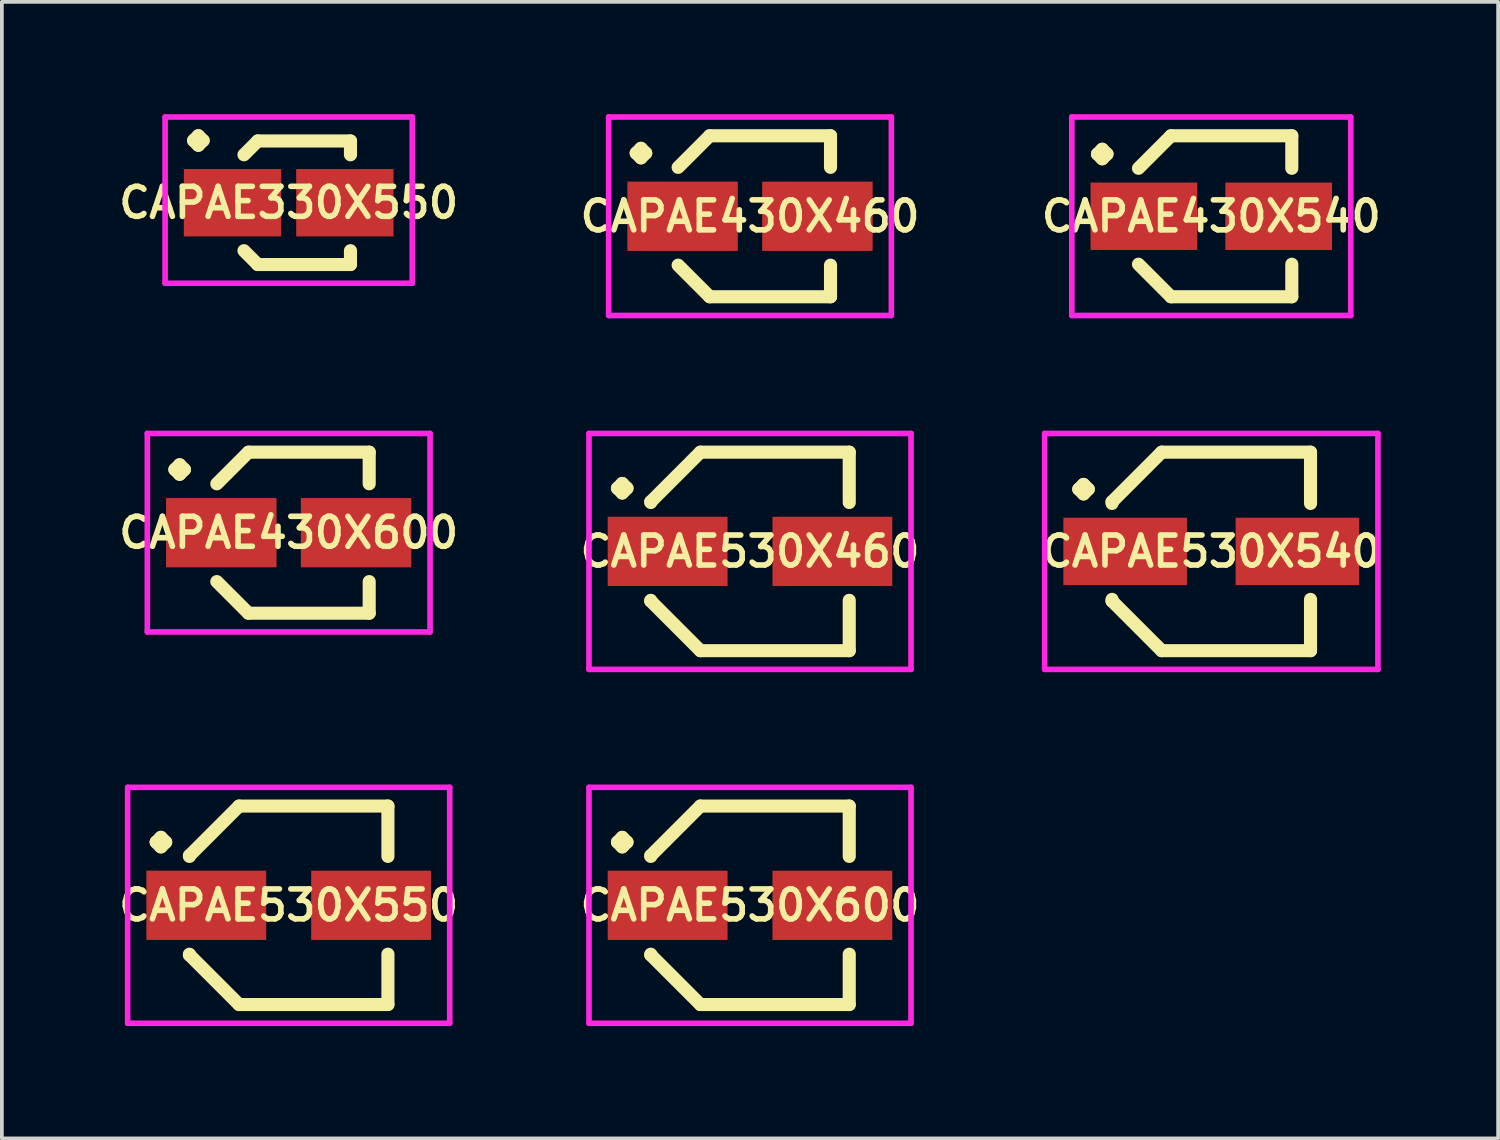
<source format=kicad_pcb>
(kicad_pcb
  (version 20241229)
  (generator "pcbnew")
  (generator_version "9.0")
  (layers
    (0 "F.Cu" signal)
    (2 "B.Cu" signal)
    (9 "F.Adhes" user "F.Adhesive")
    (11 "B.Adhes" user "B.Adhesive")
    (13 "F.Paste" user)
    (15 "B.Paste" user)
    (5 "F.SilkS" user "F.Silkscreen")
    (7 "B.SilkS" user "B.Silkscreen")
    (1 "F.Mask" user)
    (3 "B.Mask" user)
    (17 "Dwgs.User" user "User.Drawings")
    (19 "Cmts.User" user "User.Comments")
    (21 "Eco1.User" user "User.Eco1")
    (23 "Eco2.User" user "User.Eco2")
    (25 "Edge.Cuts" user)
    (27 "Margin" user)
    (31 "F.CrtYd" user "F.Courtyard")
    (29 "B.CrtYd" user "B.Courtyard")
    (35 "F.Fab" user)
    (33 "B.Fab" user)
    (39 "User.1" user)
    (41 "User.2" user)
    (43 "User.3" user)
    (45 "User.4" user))
  (footprint "CAPAE430X540"
    (layer "F.Cu")
    (at 29.296 2.725)
    (property "Reference" "CAPAE430X540" (at 0 0 0) (layer "F.SilkS") (effects (font (size 0.8 0.8) (thickness 0.15))))
    (attr smd)
    (fp_line (start -3.039 -1.662) (end -2.912 -1.789) (stroke (width 0.35) (type solid)) (layer "F.SilkS"))
    (fp_line (start -2.912 -1.789) (end -2.785 -1.662) (stroke (width 0.35) (type solid)) (layer "F.SilkS"))
    (fp_line (start -2.912 -1.535) (end -3.039 -1.662) (stroke (width 0.35) (type solid)) (layer "F.SilkS"))
    (fp_line (start -2.785 -1.662) (end -2.912 -1.535) (stroke (width 0.35) (type solid)) (layer "F.SilkS"))
    (fp_line (start -1.075 -2.15) (end -1.944 -1.281) (stroke (width 0.35) (type solid)) (layer "F.SilkS"))
    (fp_line (start -1.075 2.15) (end -1.944 1.281) (stroke (width 0.35) (type solid)) (layer "F.SilkS"))
    (fp_line (start 2.15 -2.15) (end -1.075 -2.15) (stroke (width 0.35) (type solid)) (layer "F.SilkS"))
    (fp_line (start 2.15 -1.281) (end 2.15 -2.15) (stroke (width 0.35) (type solid)) (layer "F.SilkS"))
    (fp_line (start 2.15 1.281) (end 2.15 2.15) (stroke (width 0.35) (type solid)) (layer "F.SilkS"))
    (fp_line (start 2.15 2.15) (end -1.075 2.15) (stroke (width 0.35) (type solid)) (layer "F.SilkS"))
    (fp_line (start -3.725 -2.65) (end 3.725 -2.65) (stroke (width 0.15) (type solid)) (layer "F.CrtYd"))
    (fp_line (start -3.725 2.65) (end -3.725 -2.65) (stroke (width 0.15) (type solid)) (layer "F.CrtYd"))
    (fp_line (start 3.725 -2.65) (end 3.725 2.65) (stroke (width 0.15) (type solid)) (layer "F.CrtYd"))
    (fp_line (start 3.725 2.65) (end -3.725 2.65) (stroke (width 0.15) (type solid)) (layer "F.CrtYd"))
    (pad "1" smd rect (at -1.8 0) (size 2.85 1.8) (layers "F.Cu" "F.Mask" "F.Paste"))
    (pad "2" smd rect (at 1.8 0) (size 2.85 1.8) (layers "F.Cu" "F.Mask" "F.Paste")))
  (footprint "CAPAE530X460"
    (layer "F.Cu")
    (at 16.978 11.675)
    (property "Reference" "CAPAE530X460" (at 0 0 0) (layer "F.SilkS") (effects (font (size 0.8 0.8) (thickness 0.15))))
    (attr smd)
    (fp_line (start -3.539 -1.687) (end -3.412 -1.814) (stroke (width 0.35) (type solid)) (layer "F.SilkS"))
    (fp_line (start -3.412 -1.814) (end -3.285 -1.687) (stroke (width 0.35) (type solid)) (layer "F.SilkS"))
    (fp_line (start -3.412 -1.56) (end -3.539 -1.687) (stroke (width 0.35) (type solid)) (layer "F.SilkS"))
    (fp_line (start -3.285 -1.687) (end -3.412 -1.56) (stroke (width 0.35) (type solid)) (layer "F.SilkS"))
    (fp_line (start -2.65 -1.325) (end -2.65 -1.306) (stroke (width 0.35) (type solid)) (layer "F.SilkS"))
    (fp_line (start -2.65 1.325) (end -2.65 1.306) (stroke (width 0.35) (type solid)) (layer "F.SilkS"))
    (fp_line (start -1.325 -2.65) (end -2.65 -1.325) (stroke (width 0.35) (type solid)) (layer "F.SilkS"))
    (fp_line (start -1.325 2.65) (end -2.65 1.325) (stroke (width 0.35) (type solid)) (layer "F.SilkS"))
    (fp_line (start 2.65 -2.65) (end -1.325 -2.65) (stroke (width 0.35) (type solid)) (layer "F.SilkS"))
    (fp_line (start 2.65 -1.306) (end 2.65 -2.65) (stroke (width 0.35) (type solid)) (layer "F.SilkS"))
    (fp_line (start 2.65 1.306) (end 2.65 2.65) (stroke (width 0.35) (type solid)) (layer "F.SilkS"))
    (fp_line (start 2.65 2.65) (end -1.325 2.65) (stroke (width 0.35) (type solid)) (layer "F.SilkS"))
    (fp_line (start -4.3 -3.15) (end 4.3 -3.15) (stroke (width 0.15) (type solid)) (layer "F.CrtYd"))
    (fp_line (start -4.3 3.15) (end -4.3 -3.15) (stroke (width 0.15) (type solid)) (layer "F.CrtYd"))
    (fp_line (start 4.3 -3.15) (end 4.3 3.15) (stroke (width 0.15) (type solid)) (layer "F.CrtYd"))
    (fp_line (start 4.3 3.15) (end -4.3 3.15) (stroke (width 0.15) (type solid)) (layer "F.CrtYd"))
    (pad "1" smd rect (at -2.2 0) (size 3.2 1.85) (layers "F.Cu" "F.Mask" "F.Paste"))
    (pad "2" smd rect (at 2.2 0) (size 3.2 1.85) (layers "F.Cu" "F.Mask" "F.Paste")))
  (footprint "CAPAE530X550"
    (layer "F.Cu")
    (at 4.659 21.125)
    (property "Reference" "CAPAE530X550" (at 0 0 0) (layer "F.SilkS") (effects (font (size 0.8 0.8) (thickness 0.15))))
    (attr smd)
    (fp_line (start -3.539 -1.687) (end -3.412 -1.814) (stroke (width 0.35) (type solid)) (layer "F.SilkS"))
    (fp_line (start -3.412 -1.814) (end -3.285 -1.687) (stroke (width 0.35) (type solid)) (layer "F.SilkS"))
    (fp_line (start -3.412 -1.56) (end -3.539 -1.687) (stroke (width 0.35) (type solid)) (layer "F.SilkS"))
    (fp_line (start -3.285 -1.687) (end -3.412 -1.56) (stroke (width 0.35) (type solid)) (layer "F.SilkS"))
    (fp_line (start -2.65 -1.325) (end -2.65 -1.306) (stroke (width 0.35) (type solid)) (layer "F.SilkS"))
    (fp_line (start -2.65 1.325) (end -2.65 1.306) (stroke (width 0.35) (type solid)) (layer "F.SilkS"))
    (fp_line (start -1.325 -2.65) (end -2.65 -1.325) (stroke (width 0.35) (type solid)) (layer "F.SilkS"))
    (fp_line (start -1.325 2.65) (end -2.65 1.325) (stroke (width 0.35) (type solid)) (layer "F.SilkS"))
    (fp_line (start 2.65 -2.65) (end -1.325 -2.65) (stroke (width 0.35) (type solid)) (layer "F.SilkS"))
    (fp_line (start 2.65 -1.306) (end 2.65 -2.65) (stroke (width 0.35) (type solid)) (layer "F.SilkS"))
    (fp_line (start 2.65 1.306) (end 2.65 2.65) (stroke (width 0.35) (type solid)) (layer "F.SilkS"))
    (fp_line (start 2.65 2.65) (end -1.325 2.65) (stroke (width 0.35) (type solid)) (layer "F.SilkS"))
    (fp_line (start -4.3 -3.15) (end 4.3 -3.15) (stroke (width 0.15) (type solid)) (layer "F.CrtYd"))
    (fp_line (start -4.3 3.15) (end -4.3 -3.15) (stroke (width 0.15) (type solid)) (layer "F.CrtYd"))
    (fp_line (start 4.3 -3.15) (end 4.3 3.15) (stroke (width 0.15) (type solid)) (layer "F.CrtYd"))
    (fp_line (start 4.3 3.15) (end -4.3 3.15) (stroke (width 0.15) (type solid)) (layer "F.CrtYd"))
    (pad "1" smd rect (at -2.2 0) (size 3.2 1.85) (layers "F.Cu" "F.Mask" "F.Paste"))
    (pad "2" smd rect (at 2.2 0) (size 3.2 1.85) (layers "F.Cu" "F.Mask" "F.Paste")))
  (footprint "CAPAE430X600"
    (layer "F.Cu")
    (at 4.659 11.175)
    (property "Reference" "CAPAE430X600" (at 0 0 0) (layer "F.SilkS") (effects (font (size 0.8 0.8) (thickness 0.15))))
    (attr smd)
    (fp_line (start -3.039 -1.687) (end -2.912 -1.814) (stroke (width 0.35) (type solid)) (layer "F.SilkS"))
    (fp_line (start -2.912 -1.814) (end -2.785 -1.687) (stroke (width 0.35) (type solid)) (layer "F.SilkS"))
    (fp_line (start -2.912 -1.56) (end -3.039 -1.687) (stroke (width 0.35) (type solid)) (layer "F.SilkS"))
    (fp_line (start -2.785 -1.687) (end -2.912 -1.56) (stroke (width 0.35) (type solid)) (layer "F.SilkS"))
    (fp_line (start -1.075 -2.15) (end -1.919 -1.306) (stroke (width 0.35) (type solid)) (layer "F.SilkS"))
    (fp_line (start -1.075 2.15) (end -1.919 1.306) (stroke (width 0.35) (type solid)) (layer "F.SilkS"))
    (fp_line (start 2.15 -2.15) (end -1.075 -2.15) (stroke (width 0.35) (type solid)) (layer "F.SilkS"))
    (fp_line (start 2.15 -1.306) (end 2.15 -2.15) (stroke (width 0.35) (type solid)) (layer "F.SilkS"))
    (fp_line (start 2.15 1.306) (end 2.15 2.15) (stroke (width 0.35) (type solid)) (layer "F.SilkS"))
    (fp_line (start 2.15 2.15) (end -1.075 2.15) (stroke (width 0.35) (type solid)) (layer "F.SilkS"))
    (fp_line (start -3.775 -2.65) (end 3.775 -2.65) (stroke (width 0.15) (type solid)) (layer "F.CrtYd"))
    (fp_line (start -3.775 2.65) (end -3.775 -2.65) (stroke (width 0.15) (type solid)) (layer "F.CrtYd"))
    (fp_line (start 3.775 -2.65) (end 3.775 2.65) (stroke (width 0.15) (type solid)) (layer "F.CrtYd"))
    (fp_line (start 3.775 2.65) (end -3.775 2.65) (stroke (width 0.15) (type solid)) (layer "F.CrtYd"))
    (pad "1" smd rect (at -1.8 0) (size 2.95 1.85) (layers "F.Cu" "F.Mask" "F.Paste"))
    (pad "2" smd rect (at 1.8 0) (size 2.95 1.85) (layers "F.Cu" "F.Mask" "F.Paste")))
  (footprint "CAPAE530X540"
    (layer "F.Cu")
    (at 29.296 11.675)
    (property "Reference" "CAPAE530X540" (at 0 0 0) (layer "F.SilkS") (effects (font (size 0.8 0.8) (thickness 0.15))))
    (attr smd)
    (fp_line (start -3.539 -1.662) (end -3.412 -1.789) (stroke (width 0.35) (type solid)) (layer "F.SilkS"))
    (fp_line (start -3.412 -1.789) (end -3.285 -1.662) (stroke (width 0.35) (type solid)) (layer "F.SilkS"))
    (fp_line (start -3.412 -1.535) (end -3.539 -1.662) (stroke (width 0.35) (type solid)) (layer "F.SilkS"))
    (fp_line (start -3.285 -1.662) (end -3.412 -1.535) (stroke (width 0.35) (type solid)) (layer "F.SilkS"))
    (fp_line (start -2.65 -1.325) (end -2.65 -1.281) (stroke (width 0.35) (type solid)) (layer "F.SilkS"))
    (fp_line (start -2.65 1.325) (end -2.65 1.281) (stroke (width 0.35) (type solid)) (layer "F.SilkS"))
    (fp_line (start -1.325 -2.65) (end -2.65 -1.325) (stroke (width 0.35) (type solid)) (layer "F.SilkS"))
    (fp_line (start -1.325 2.65) (end -2.65 1.325) (stroke (width 0.35) (type solid)) (layer "F.SilkS"))
    (fp_line (start 2.65 -2.65) (end -1.325 -2.65) (stroke (width 0.35) (type solid)) (layer "F.SilkS"))
    (fp_line (start 2.65 -1.281) (end 2.65 -2.65) (stroke (width 0.35) (type solid)) (layer "F.SilkS"))
    (fp_line (start 2.65 1.281) (end 2.65 2.65) (stroke (width 0.35) (type solid)) (layer "F.SilkS"))
    (fp_line (start 2.65 2.65) (end -1.325 2.65) (stroke (width 0.35) (type solid)) (layer "F.SilkS"))
    (fp_line (start -4.45 -3.15) (end 4.45 -3.15) (stroke (width 0.15) (type solid)) (layer "F.CrtYd"))
    (fp_line (start -4.45 3.15) (end -4.45 -3.15) (stroke (width 0.15) (type solid)) (layer "F.CrtYd"))
    (fp_line (start 4.45 -3.15) (end 4.45 3.15) (stroke (width 0.15) (type solid)) (layer "F.CrtYd"))
    (fp_line (start 4.45 3.15) (end -4.45 3.15) (stroke (width 0.15) (type solid)) (layer "F.CrtYd"))
    (pad "1" smd rect (at -2.3 0) (size 3.3 1.8) (layers "F.Cu" "F.Mask" "F.Paste"))
    (pad "2" smd rect (at 2.3 0) (size 3.3 1.8) (layers "F.Cu" "F.Mask" "F.Paste")))
  (footprint "CAPAE330X550"
    (layer "F.Cu")
    (at 4.659 2.364)
    (property "Reference" "CAPAE330X550" (at 0 0 0) (layer "F.SilkS") (effects (font (size 0.8 0.8) (thickness 0.15))))
    (attr smd)
    (fp_line (start -2.539 -1.662) (end -2.412 -1.789) (stroke (width 0.35) (type solid)) (layer "F.SilkS"))
    (fp_line (start -2.412 -1.789) (end -2.285 -1.662) (stroke (width 0.35) (type solid)) (layer "F.SilkS"))
    (fp_line (start -2.412 -1.535) (end -2.539 -1.662) (stroke (width 0.35) (type solid)) (layer "F.SilkS"))
    (fp_line (start -2.285 -1.662) (end -2.412 -1.535) (stroke (width 0.35) (type solid)) (layer "F.SilkS"))
    (fp_line (start -0.825 -1.65) (end -1.194 -1.281) (stroke (width 0.35) (type solid)) (layer "F.SilkS"))
    (fp_line (start -0.825 1.65) (end -1.194 1.281) (stroke (width 0.35) (type solid)) (layer "F.SilkS"))
    (fp_line (start 1.65 -1.65) (end -0.825 -1.65) (stroke (width 0.35) (type solid)) (layer "F.SilkS"))
    (fp_line (start 1.65 -1.281) (end 1.65 -1.65) (stroke (width 0.35) (type solid)) (layer "F.SilkS"))
    (fp_line (start 1.65 1.281) (end 1.65 1.65) (stroke (width 0.35) (type solid)) (layer "F.SilkS"))
    (fp_line (start 1.65 1.65) (end -0.825 1.65) (stroke (width 0.35) (type solid)) (layer "F.SilkS"))
    (fp_line (start -3.3 -2.289) (end 3.3 -2.289) (stroke (width 0.15) (type solid)) (layer "F.CrtYd"))
    (fp_line (start -3.3 2.15) (end -3.3 -2.289) (stroke (width 0.15) (type solid)) (layer "F.CrtYd"))
    (fp_line (start 3.3 -2.289) (end 3.3 2.15) (stroke (width 0.15) (type solid)) (layer "F.CrtYd"))
    (fp_line (start 3.3 2.15) (end -3.3 2.15) (stroke (width 0.15) (type solid)) (layer "F.CrtYd"))
    (pad "1" smd rect (at -1.5 0) (size 2.6 1.8) (layers "F.Cu" "F.Mask" "F.Paste"))
    (pad "2" smd rect (at 1.5 0) (size 2.6 1.8) (layers "F.Cu" "F.Mask" "F.Paste")))
  (footprint "CAPAE430X460"
    (layer "F.Cu")
    (at 16.978 2.725)
    (property "Reference" "CAPAE430X460" (at 0 0 0) (layer "F.SilkS") (effects (font (size 0.8 0.8) (thickness 0.15))))
    (attr smd)
    (fp_line (start -3.039 -1.687) (end -2.912 -1.814) (stroke (width 0.35) (type solid)) (layer "F.SilkS"))
    (fp_line (start -2.912 -1.814) (end -2.785 -1.687) (stroke (width 0.35) (type solid)) (layer "F.SilkS"))
    (fp_line (start -2.912 -1.56) (end -3.039 -1.687) (stroke (width 0.35) (type solid)) (layer "F.SilkS"))
    (fp_line (start -2.785 -1.687) (end -2.912 -1.56) (stroke (width 0.35) (type solid)) (layer "F.SilkS"))
    (fp_line (start -1.075 -2.15) (end -1.919 -1.306) (stroke (width 0.35) (type solid)) (layer "F.SilkS"))
    (fp_line (start -1.075 2.15) (end -1.919 1.306) (stroke (width 0.35) (type solid)) (layer "F.SilkS"))
    (fp_line (start 2.15 -2.15) (end -1.075 -2.15) (stroke (width 0.35) (type solid)) (layer "F.SilkS"))
    (fp_line (start 2.15 -1.306) (end 2.15 -2.15) (stroke (width 0.35) (type solid)) (layer "F.SilkS"))
    (fp_line (start 2.15 1.306) (end 2.15 2.15) (stroke (width 0.35) (type solid)) (layer "F.SilkS"))
    (fp_line (start 2.15 2.15) (end -1.075 2.15) (stroke (width 0.35) (type solid)) (layer "F.SilkS"))
    (fp_line (start -3.775 -2.65) (end 3.775 -2.65) (stroke (width 0.15) (type solid)) (layer "F.CrtYd"))
    (fp_line (start -3.775 2.65) (end -3.775 -2.65) (stroke (width 0.15) (type solid)) (layer "F.CrtYd"))
    (fp_line (start 3.775 -2.65) (end 3.775 2.65) (stroke (width 0.15) (type solid)) (layer "F.CrtYd"))
    (fp_line (start 3.775 2.65) (end -3.775 2.65) (stroke (width 0.15) (type solid)) (layer "F.CrtYd"))
    (pad "1" smd rect (at -1.8 0) (size 2.95 1.85) (layers "F.Cu" "F.Mask" "F.Paste"))
    (pad "2" smd rect (at 1.8 0) (size 2.95 1.85) (layers "F.Cu" "F.Mask" "F.Paste")))
  (footprint "CAPAE530X600"
    (layer "F.Cu")
    (at 16.978 21.125)
    (property "Reference" "CAPAE530X600" (at 0 0 0) (layer "F.SilkS") (effects (font (size 0.8 0.8) (thickness 0.15))))
    (attr smd)
    (fp_line (start -3.539 -1.687) (end -3.412 -1.814) (stroke (width 0.35) (type solid)) (layer "F.SilkS"))
    (fp_line (start -3.412 -1.814) (end -3.285 -1.687) (stroke (width 0.35) (type solid)) (layer "F.SilkS"))
    (fp_line (start -3.412 -1.56) (end -3.539 -1.687) (stroke (width 0.35) (type solid)) (layer "F.SilkS"))
    (fp_line (start -3.285 -1.687) (end -3.412 -1.56) (stroke (width 0.35) (type solid)) (layer "F.SilkS"))
    (fp_line (start -2.65 -1.325) (end -2.65 -1.306) (stroke (width 0.35) (type solid)) (layer "F.SilkS"))
    (fp_line (start -2.65 1.325) (end -2.65 1.306) (stroke (width 0.35) (type solid)) (layer "F.SilkS"))
    (fp_line (start -1.325 -2.65) (end -2.65 -1.325) (stroke (width 0.35) (type solid)) (layer "F.SilkS"))
    (fp_line (start -1.325 2.65) (end -2.65 1.325) (stroke (width 0.35) (type solid)) (layer "F.SilkS"))
    (fp_line (start 2.65 -2.65) (end -1.325 -2.65) (stroke (width 0.35) (type solid)) (layer "F.SilkS"))
    (fp_line (start 2.65 -1.306) (end 2.65 -2.65) (stroke (width 0.35) (type solid)) (layer "F.SilkS"))
    (fp_line (start 2.65 1.306) (end 2.65 2.65) (stroke (width 0.35) (type solid)) (layer "F.SilkS"))
    (fp_line (start 2.65 2.65) (end -1.325 2.65) (stroke (width 0.35) (type solid)) (layer "F.SilkS"))
    (fp_line (start -4.3 -3.15) (end 4.3 -3.15) (stroke (width 0.15) (type solid)) (layer "F.CrtYd"))
    (fp_line (start -4.3 3.15) (end -4.3 -3.15) (stroke (width 0.15) (type solid)) (layer "F.CrtYd"))
    (fp_line (start 4.3 -3.15) (end 4.3 3.15) (stroke (width 0.15) (type solid)) (layer "F.CrtYd"))
    (fp_line (start 4.3 3.15) (end -4.3 3.15) (stroke (width 0.15) (type solid)) (layer "F.CrtYd"))
    (pad "1" smd rect (at -2.2 0) (size 3.2 1.85) (layers "F.Cu" "F.Mask" "F.Paste"))
    (pad "2" smd rect (at 2.2 0) (size 3.2 1.85) (layers "F.Cu" "F.Mask" "F.Paste")))
  (gr_rect
    (start -3 -3)
    (end 36.956 27.35)
    (stroke (width 0.1) (type default))
    (fill no)
    (layer "Edge.Cuts")))
</source>
